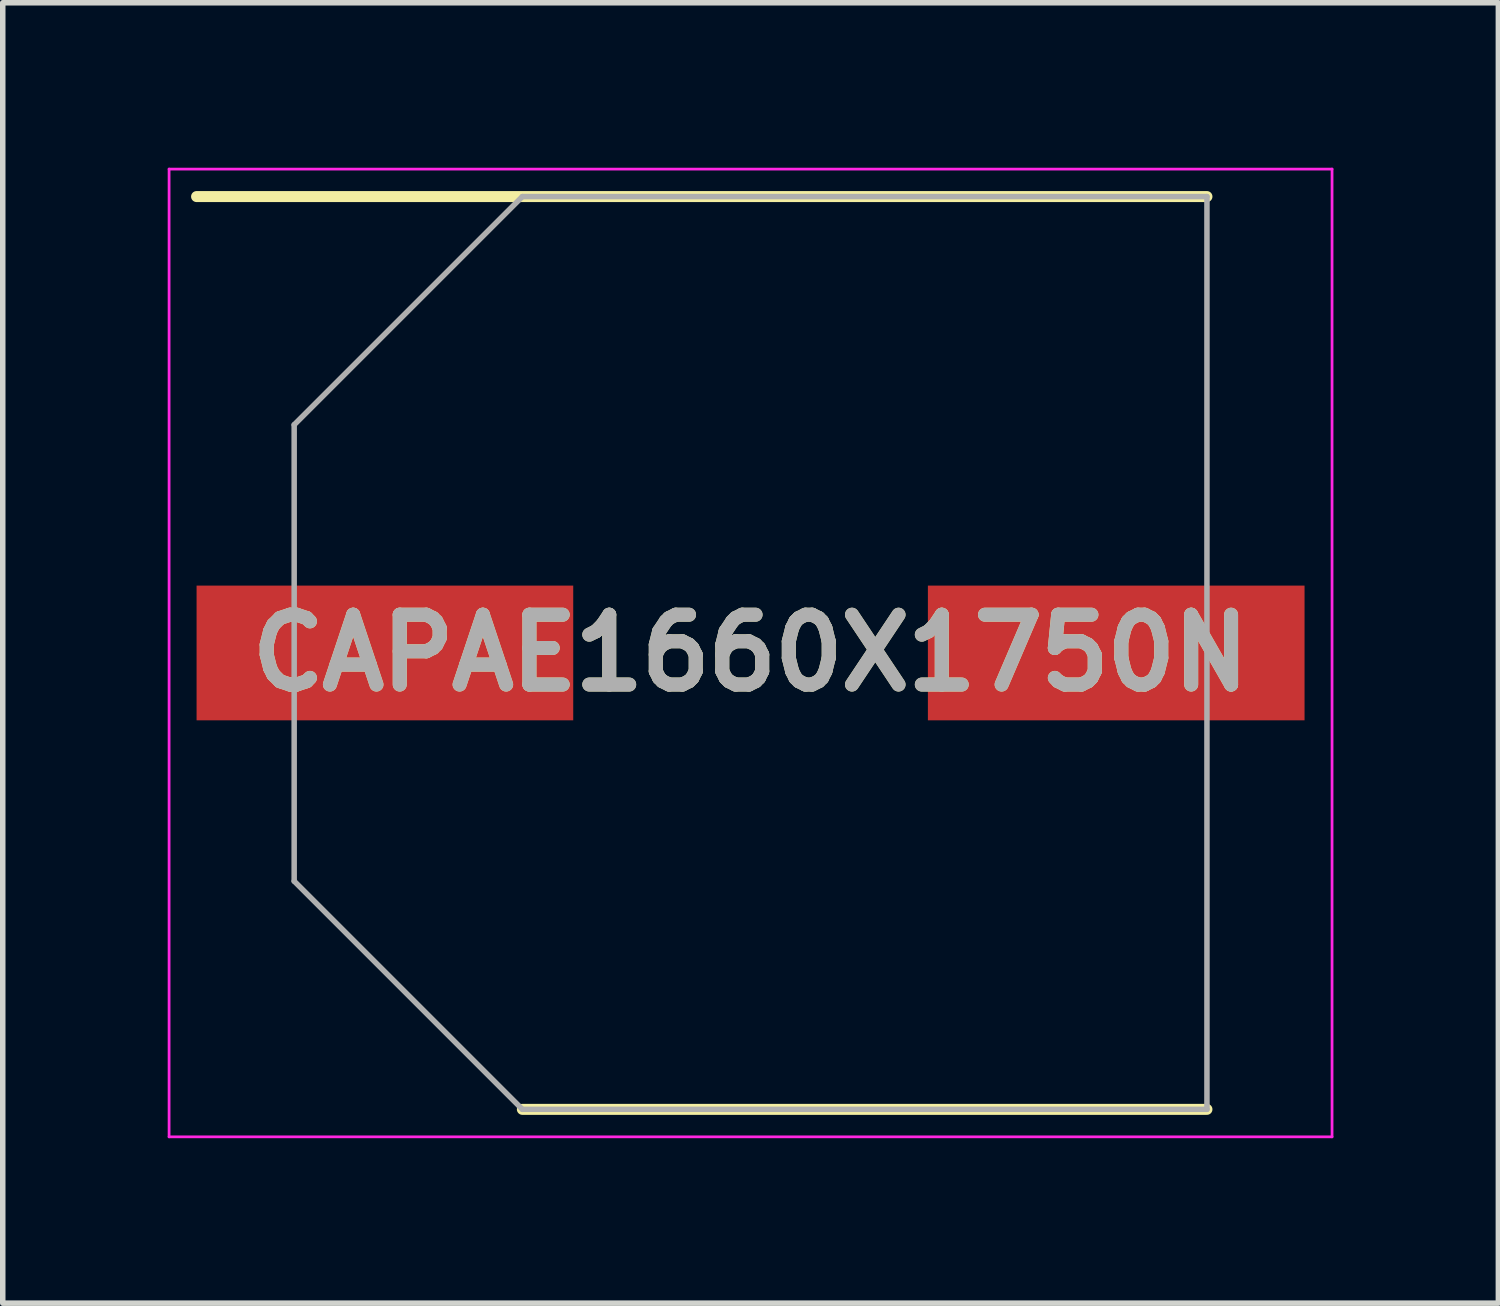
<source format=kicad_pcb>
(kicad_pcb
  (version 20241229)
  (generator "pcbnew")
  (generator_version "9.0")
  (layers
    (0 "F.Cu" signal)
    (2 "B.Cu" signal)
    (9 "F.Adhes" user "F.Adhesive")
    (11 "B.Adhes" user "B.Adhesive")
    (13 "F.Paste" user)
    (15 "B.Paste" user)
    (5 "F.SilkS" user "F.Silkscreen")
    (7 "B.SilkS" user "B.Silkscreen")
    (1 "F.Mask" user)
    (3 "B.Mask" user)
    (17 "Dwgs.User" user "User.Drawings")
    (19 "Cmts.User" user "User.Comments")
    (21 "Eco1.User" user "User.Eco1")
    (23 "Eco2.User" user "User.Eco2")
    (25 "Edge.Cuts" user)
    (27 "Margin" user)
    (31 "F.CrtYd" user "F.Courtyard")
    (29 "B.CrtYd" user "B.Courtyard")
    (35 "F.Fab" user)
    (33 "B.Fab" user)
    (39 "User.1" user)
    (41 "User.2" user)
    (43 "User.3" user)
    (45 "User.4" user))
  (footprint "CAPAE1660X1750N"
    (layer "F.Cu")
    (at 10.6 8.825)
    (property "Reference" "CAPAE1660X1750N" (at 0 0 0) (layer "F.SilkS") (effects (font (size 1.27 1.27) (thickness 0.254))))
    (attr smd)
    (fp_line (start -10.075 -8.3) (end 8.3 -8.3) (stroke (width 0.2) (type solid)) (layer "F.SilkS"))
    (fp_line (start -4.15 8.3) (end 8.3 8.3) (stroke (width 0.2) (type solid)) (layer "F.SilkS"))
    (fp_line (start -10.575 -8.8) (end 10.575 -8.8) (stroke (width 0.05) (type solid)) (layer "F.CrtYd"))
    (fp_line (start -10.575 8.8) (end -10.575 -8.8) (stroke (width 0.05) (type solid)) (layer "F.CrtYd"))
    (fp_line (start 10.575 -8.8) (end 10.575 8.8) (stroke (width 0.05) (type solid)) (layer "F.CrtYd"))
    (fp_line (start 10.575 8.8) (end -10.575 8.8) (stroke (width 0.05) (type solid)) (layer "F.CrtYd"))
    (fp_line (start -8.3 -4.15) (end -8.3 4.15) (stroke (width 0.1) (type solid)) (layer "F.Fab"))
    (fp_line (start -8.3 4.15) (end -4.15 8.3) (stroke (width 0.1) (type solid)) (layer "F.Fab"))
    (fp_line (start -4.15 -8.3) (end -8.3 -4.15) (stroke (width 0.1) (type solid)) (layer "F.Fab"))
    (fp_line (start -4.15 8.3) (end 8.3 8.3) (stroke (width 0.1) (type solid)) (layer "F.Fab"))
    (fp_line (start 8.3 -8.3) (end -4.15 -8.3) (stroke (width 0.1) (type solid)) (layer "F.Fab"))
    (fp_line (start 8.3 8.3) (end 8.3 -8.3) (stroke (width 0.1) (type solid)) (layer "F.Fab"))
    (fp_text user "${REFERENCE}" (at 0 0 0) (layer "F.Fab") (effects (font (size 1.27 1.27) (thickness 0.254))))
    (pad "1" smd rect (at -6.65 0 90) (size 2.45 6.85) (layers "F.Cu" "F.Mask" "F.Paste"))
    (pad "2" smd rect (at 6.65 0 90) (size 2.45 6.85) (layers "F.Cu" "F.Mask" "F.Paste")))
  (gr_rect
    (start -3 -3)
    (end 24.2 20.65)
    (stroke (width 0.1) (type default))
    (fill no)
    (layer "Edge.Cuts")))
</source>
